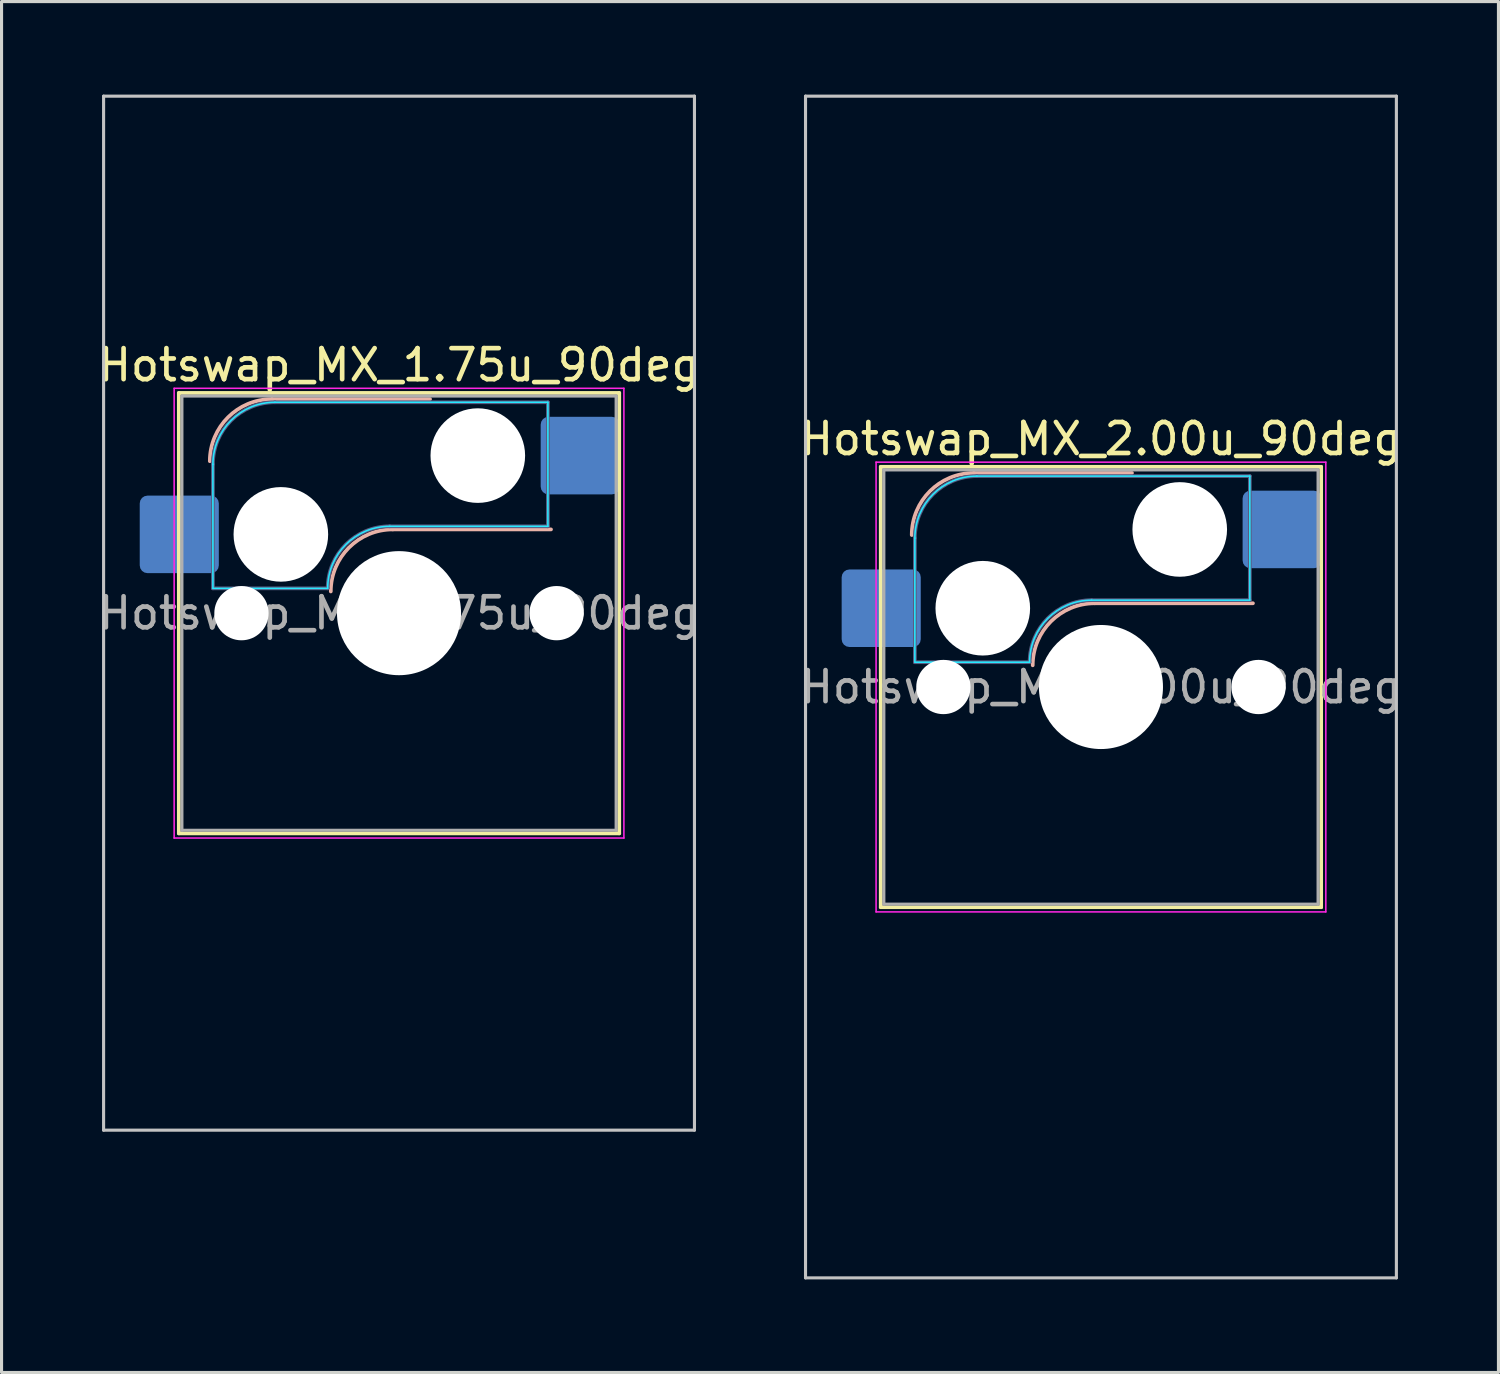
<source format=kicad_pcb>
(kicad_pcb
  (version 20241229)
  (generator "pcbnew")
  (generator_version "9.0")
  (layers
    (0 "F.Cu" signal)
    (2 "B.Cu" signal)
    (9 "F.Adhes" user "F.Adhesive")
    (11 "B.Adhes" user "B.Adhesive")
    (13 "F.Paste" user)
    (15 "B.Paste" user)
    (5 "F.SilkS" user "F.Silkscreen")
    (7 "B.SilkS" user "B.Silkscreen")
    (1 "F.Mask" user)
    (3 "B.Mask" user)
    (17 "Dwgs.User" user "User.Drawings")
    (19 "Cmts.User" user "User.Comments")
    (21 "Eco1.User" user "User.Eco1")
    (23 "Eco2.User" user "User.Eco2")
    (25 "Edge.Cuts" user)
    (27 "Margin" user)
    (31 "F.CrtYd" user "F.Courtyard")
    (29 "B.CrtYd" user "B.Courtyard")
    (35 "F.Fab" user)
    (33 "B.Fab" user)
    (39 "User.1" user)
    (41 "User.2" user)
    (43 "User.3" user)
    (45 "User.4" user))
  (footprint "Hotswap_MX_2.00u_90deg"
    (layer "F.Cu")
    (at 32.446 19.1)
    (property "Reference" "Hotswap_MX_2.00u_90deg" (at 0 -8 0) (layer "F.SilkS") (effects (font (size 1 1) (thickness 0.15))))
    (attr smd)
    (fp_line (start -7.1 -7.1) (end -7.1 7.1) (stroke (width 0.12) (type solid)) (layer "F.SilkS"))
    (fp_line (start -7.1 7.1) (end 7.1 7.1) (stroke (width 0.12) (type solid)) (layer "F.SilkS"))
    (fp_line (start 7.1 -7.1) (end -7.1 -7.1) (stroke (width 0.12) (type solid)) (layer "F.SilkS"))
    (fp_line (start 7.1 7.1) (end 7.1 -7.1) (stroke (width 0.12) (type solid)) (layer "F.SilkS"))
    (fp_line (start -4.1 -6.9) (end 1 -6.9) (stroke (width 0.12) (type solid)) (layer "B.SilkS"))
    (fp_line (start -0.2 -2.7) (end 4.9 -2.7) (stroke (width 0.12) (type solid)) (layer "B.SilkS"))
    (fp_arc (start -6.1 -4.9) (mid -5.514214 -6.314214) (end -4.1 -6.9) (stroke (width 0.12) (type solid)) (layer "B.SilkS"))
    (fp_arc (start -2.2 -0.7) (mid -1.614214 -2.114214) (end -0.2 -2.7) (stroke (width 0.12) (type solid)) (layer "B.SilkS"))
    (fp_line (start -9.525 -19.05) (end 9.525 -19.05) (stroke (width 0.1) (type solid)) (layer "Dwgs.User"))
    (fp_line (start -9.525 19.05) (end -9.525 -19.05) (stroke (width 0.1) (type solid)) (layer "Dwgs.User"))
    (fp_line (start 9.525 -19.05) (end 9.525 19.05) (stroke (width 0.1) (type solid)) (layer "Dwgs.User"))
    (fp_line (start 9.525 19.05) (end -9.525 19.05) (stroke (width 0.1) (type solid)) (layer "Dwgs.User"))
    (fp_line (start -7.8 -6) (end -7 -6) (stroke (width 0.1) (type solid)) (layer "Eco1.User"))
    (fp_line (start -7.8 -2.9) (end -7.8 -6) (stroke (width 0.1) (type solid)) (layer "Eco1.User"))
    (fp_line (start -7.8 2.9) (end -7 2.9) (stroke (width 0.1) (type solid)) (layer "Eco1.User"))
    (fp_line (start -7.8 6) (end -7.8 2.9) (stroke (width 0.1) (type solid)) (layer "Eco1.User"))
    (fp_line (start -7 -7) (end 7 -7) (stroke (width 0.1) (type solid)) (layer "Eco1.User"))
    (fp_line (start -7 -6) (end -7 -7) (stroke (width 0.1) (type solid)) (layer "Eco1.User"))
    (fp_line (start -7 -2.9) (end -7.8 -2.9) (stroke (width 0.1) (type solid)) (layer "Eco1.User"))
    (fp_line (start -7 2.9) (end -7 -2.9) (stroke (width 0.1) (type solid)) (layer "Eco1.User"))
    (fp_line (start -7 6) (end -7.8 6) (stroke (width 0.1) (type solid)) (layer "Eco1.User"))
    (fp_line (start -7 7) (end -7 6) (stroke (width 0.1) (type solid)) (layer "Eco1.User"))
    (fp_line (start 7 -7) (end 7 -6) (stroke (width 0.1) (type solid)) (layer "Eco1.User"))
    (fp_line (start 7 -6) (end 7.8 -6) (stroke (width 0.1) (type solid)) (layer "Eco1.User"))
    (fp_line (start 7 -2.9) (end 7 2.9) (stroke (width 0.1) (type solid)) (layer "Eco1.User"))
    (fp_line (start 7 2.9) (end 7.8 2.9) (stroke (width 0.1) (type solid)) (layer "Eco1.User"))
    (fp_line (start 7 6) (end 7 7) (stroke (width 0.1) (type solid)) (layer "Eco1.User"))
    (fp_line (start 7 7) (end -7 7) (stroke (width 0.1) (type solid)) (layer "Eco1.User"))
    (fp_line (start 7.8 -6) (end 7.8 -2.9) (stroke (width 0.1) (type solid)) (layer "Eco1.User"))
    (fp_line (start 7.8 -2.9) (end 7 -2.9) (stroke (width 0.1) (type solid)) (layer "Eco1.User"))
    (fp_line (start 7.8 2.9) (end 7.8 6) (stroke (width 0.1) (type solid)) (layer "Eco1.User"))
    (fp_line (start 7.8 6) (end 7 6) (stroke (width 0.1) (type solid)) (layer "Eco1.User"))
    (fp_line (start -6 -0.8) (end -6 -4.8) (stroke (width 0.05) (type solid)) (layer "B.CrtYd"))
    (fp_line (start -6 -0.8) (end -2.3 -0.8) (stroke (width 0.05) (type solid)) (layer "B.CrtYd"))
    (fp_line (start -4 -6.8) (end 4.8 -6.8) (stroke (width 0.05) (type solid)) (layer "B.CrtYd"))
    (fp_line (start -0.3 -2.8) (end 4.8 -2.8) (stroke (width 0.05) (type solid)) (layer "B.CrtYd"))
    (fp_line (start 4.8 -6.8) (end 4.8 -2.8) (stroke (width 0.05) (type solid)) (layer "B.CrtYd"))
    (fp_arc (start -6 -4.8) (mid -5.414214 -6.214214) (end -4 -6.8) (stroke (width 0.05) (type solid)) (layer "B.CrtYd"))
    (fp_arc (start -2.3 -0.8) (mid -1.714214 -2.214214) (end -0.3 -2.8) (stroke (width 0.05) (type solid)) (layer "B.CrtYd"))
    (fp_line (start -7.25 -7.25) (end -7.25 7.25) (stroke (width 0.05) (type solid)) (layer "F.CrtYd"))
    (fp_line (start -7.25 7.25) (end 7.25 7.25) (stroke (width 0.05) (type solid)) (layer "F.CrtYd"))
    (fp_line (start 7.25 -7.25) (end -7.25 -7.25) (stroke (width 0.05) (type solid)) (layer "F.CrtYd"))
    (fp_line (start 7.25 7.25) (end 7.25 -7.25) (stroke (width 0.05) (type solid)) (layer "F.CrtYd"))
    (fp_line (start -6 -0.8) (end -6 -4.8) (stroke (width 0.12) (type solid)) (layer "B.Fab"))
    (fp_line (start -6 -0.8) (end -2.3 -0.8) (stroke (width 0.12) (type solid)) (layer "B.Fab"))
    (fp_line (start -4 -6.8) (end 4.8 -6.8) (stroke (width 0.12) (type solid)) (layer "B.Fab"))
    (fp_line (start -0.3 -2.8) (end 4.8 -2.8) (stroke (width 0.12) (type solid)) (layer "B.Fab"))
    (fp_line (start 4.8 -6.8) (end 4.8 -2.8) (stroke (width 0.12) (type solid)) (layer "B.Fab"))
    (fp_arc (start -6 -4.8) (mid -5.414214 -6.214214) (end -4 -6.8) (stroke (width 0.12) (type solid)) (layer "B.Fab"))
    (fp_arc (start -2.3 -0.8) (mid -1.714214 -2.214214) (end -0.3 -2.8) (stroke (width 0.12) (type solid)) (layer "B.Fab"))
    (fp_line (start -7 -7) (end -7 7) (stroke (width 0.1) (type solid)) (layer "F.Fab"))
    (fp_line (start -7 7) (end 7 7) (stroke (width 0.1) (type solid)) (layer "F.Fab"))
    (fp_line (start 7 -7) (end -7 -7) (stroke (width 0.1) (type solid)) (layer "F.Fab"))
    (fp_line (start 7 7) (end 7 -7) (stroke (width 0.1) (type solid)) (layer "F.Fab"))
    (fp_text user "${REFERENCE}" (at 0 0 0) (layer "F.Fab") (effects (font (size 1 1) (thickness 0.15))))
    (pad "" np_thru_hole circle (at -5.08 0) (size 1.75 1.75) (drill 1.75) (layers "*.Cu" "*.Mask"))
    (pad "" np_thru_hole circle (at -3.81 -2.54) (size 3.05 3.05) (drill 3.05) (layers "*.Cu" "*.Mask"))
    (pad "" np_thru_hole circle (at 0 0) (size 4 4) (drill 4) (layers "*.Cu" "*.Mask"))
    (pad "" np_thru_hole circle (at 2.54 -5.08) (size 3.05 3.05) (drill 3.05) (layers "*.Cu" "*.Mask"))
    (pad "" np_thru_hole circle (at 5.08 0) (size 1.75 1.75) (drill 1.75) (layers "*.Cu" "*.Mask"))
    (pad "1" smd roundrect (at -7.085 -2.54) (size 2.55 2.5) (layers "B.Cu" "B.Mask" "B.Paste") (roundrect_rratio 0.1))
    (pad "2" smd roundrect (at 5.842 -5.08) (size 2.55 2.5) (layers "B.Cu" "B.Mask" "B.Paste") (roundrect_rratio 0.1)))
  (footprint "Hotswap_MX_1.75u_90deg"
    (layer "F.Cu")
    (at 9.815 16.719)
    (property "Reference" "Hotswap_MX_1.75u_90deg" (at 0 -8 0) (layer "F.SilkS") (effects (font (size 1 1) (thickness 0.15))))
    (attr smd)
    (fp_line (start -7.1 -7.1) (end -7.1 7.1) (stroke (width 0.12) (type solid)) (layer "F.SilkS"))
    (fp_line (start -7.1 7.1) (end 7.1 7.1) (stroke (width 0.12) (type solid)) (layer "F.SilkS"))
    (fp_line (start 7.1 -7.1) (end -7.1 -7.1) (stroke (width 0.12) (type solid)) (layer "F.SilkS"))
    (fp_line (start 7.1 7.1) (end 7.1 -7.1) (stroke (width 0.12) (type solid)) (layer "F.SilkS"))
    (fp_line (start -4.1 -6.9) (end 1 -6.9) (stroke (width 0.12) (type solid)) (layer "B.SilkS"))
    (fp_line (start -0.2 -2.7) (end 4.9 -2.7) (stroke (width 0.12) (type solid)) (layer "B.SilkS"))
    (fp_arc (start -6.1 -4.9) (mid -5.514214 -6.314214) (end -4.1 -6.9) (stroke (width 0.12) (type solid)) (layer "B.SilkS"))
    (fp_arc (start -2.2 -0.7) (mid -1.614214 -2.114214) (end -0.2 -2.7) (stroke (width 0.12) (type solid)) (layer "B.SilkS"))
    (fp_line (start -9.525 -16.669) (end 9.525 -16.669) (stroke (width 0.1) (type solid)) (layer "Dwgs.User"))
    (fp_line (start -9.525 16.669) (end -9.525 -16.669) (stroke (width 0.1) (type solid)) (layer "Dwgs.User"))
    (fp_line (start 9.525 -16.669) (end 9.525 16.669) (stroke (width 0.1) (type solid)) (layer "Dwgs.User"))
    (fp_line (start 9.525 16.669) (end -9.525 16.669) (stroke (width 0.1) (type solid)) (layer "Dwgs.User"))
    (fp_line (start -7.8 -6) (end -7 -6) (stroke (width 0.1) (type solid)) (layer "Eco1.User"))
    (fp_line (start -7.8 -2.9) (end -7.8 -6) (stroke (width 0.1) (type solid)) (layer "Eco1.User"))
    (fp_line (start -7.8 2.9) (end -7 2.9) (stroke (width 0.1) (type solid)) (layer "Eco1.User"))
    (fp_line (start -7.8 6) (end -7.8 2.9) (stroke (width 0.1) (type solid)) (layer "Eco1.User"))
    (fp_line (start -7 -7) (end 7 -7) (stroke (width 0.1) (type solid)) (layer "Eco1.User"))
    (fp_line (start -7 -6) (end -7 -7) (stroke (width 0.1) (type solid)) (layer "Eco1.User"))
    (fp_line (start -7 -2.9) (end -7.8 -2.9) (stroke (width 0.1) (type solid)) (layer "Eco1.User"))
    (fp_line (start -7 2.9) (end -7 -2.9) (stroke (width 0.1) (type solid)) (layer "Eco1.User"))
    (fp_line (start -7 6) (end -7.8 6) (stroke (width 0.1) (type solid)) (layer "Eco1.User"))
    (fp_line (start -7 7) (end -7 6) (stroke (width 0.1) (type solid)) (layer "Eco1.User"))
    (fp_line (start 7 -7) (end 7 -6) (stroke (width 0.1) (type solid)) (layer "Eco1.User"))
    (fp_line (start 7 -6) (end 7.8 -6) (stroke (width 0.1) (type solid)) (layer "Eco1.User"))
    (fp_line (start 7 -2.9) (end 7 2.9) (stroke (width 0.1) (type solid)) (layer "Eco1.User"))
    (fp_line (start 7 2.9) (end 7.8 2.9) (stroke (width 0.1) (type solid)) (layer "Eco1.User"))
    (fp_line (start 7 6) (end 7 7) (stroke (width 0.1) (type solid)) (layer "Eco1.User"))
    (fp_line (start 7 7) (end -7 7) (stroke (width 0.1) (type solid)) (layer "Eco1.User"))
    (fp_line (start 7.8 -6) (end 7.8 -2.9) (stroke (width 0.1) (type solid)) (layer "Eco1.User"))
    (fp_line (start 7.8 -2.9) (end 7 -2.9) (stroke (width 0.1) (type solid)) (layer "Eco1.User"))
    (fp_line (start 7.8 2.9) (end 7.8 6) (stroke (width 0.1) (type solid)) (layer "Eco1.User"))
    (fp_line (start 7.8 6) (end 7 6) (stroke (width 0.1) (type solid)) (layer "Eco1.User"))
    (fp_line (start -6 -0.8) (end -6 -4.8) (stroke (width 0.05) (type solid)) (layer "B.CrtYd"))
    (fp_line (start -6 -0.8) (end -2.3 -0.8) (stroke (width 0.05) (type solid)) (layer "B.CrtYd"))
    (fp_line (start -4 -6.8) (end 4.8 -6.8) (stroke (width 0.05) (type solid)) (layer "B.CrtYd"))
    (fp_line (start -0.3 -2.8) (end 4.8 -2.8) (stroke (width 0.05) (type solid)) (layer "B.CrtYd"))
    (fp_line (start 4.8 -6.8) (end 4.8 -2.8) (stroke (width 0.05) (type solid)) (layer "B.CrtYd"))
    (fp_arc (start -6 -4.8) (mid -5.414214 -6.214214) (end -4 -6.8) (stroke (width 0.05) (type solid)) (layer "B.CrtYd"))
    (fp_arc (start -2.3 -0.8) (mid -1.714214 -2.214214) (end -0.3 -2.8) (stroke (width 0.05) (type solid)) (layer "B.CrtYd"))
    (fp_line (start -7.25 -7.25) (end -7.25 7.25) (stroke (width 0.05) (type solid)) (layer "F.CrtYd"))
    (fp_line (start -7.25 7.25) (end 7.25 7.25) (stroke (width 0.05) (type solid)) (layer "F.CrtYd"))
    (fp_line (start 7.25 -7.25) (end -7.25 -7.25) (stroke (width 0.05) (type solid)) (layer "F.CrtYd"))
    (fp_line (start 7.25 7.25) (end 7.25 -7.25) (stroke (width 0.05) (type solid)) (layer "F.CrtYd"))
    (fp_line (start -6 -0.8) (end -6 -4.8) (stroke (width 0.12) (type solid)) (layer "B.Fab"))
    (fp_line (start -6 -0.8) (end -2.3 -0.8) (stroke (width 0.12) (type solid)) (layer "B.Fab"))
    (fp_line (start -4 -6.8) (end 4.8 -6.8) (stroke (width 0.12) (type solid)) (layer "B.Fab"))
    (fp_line (start -0.3 -2.8) (end 4.8 -2.8) (stroke (width 0.12) (type solid)) (layer "B.Fab"))
    (fp_line (start 4.8 -6.8) (end 4.8 -2.8) (stroke (width 0.12) (type solid)) (layer "B.Fab"))
    (fp_arc (start -6 -4.8) (mid -5.414214 -6.214214) (end -4 -6.8) (stroke (width 0.12) (type solid)) (layer "B.Fab"))
    (fp_arc (start -2.3 -0.8) (mid -1.714214 -2.214214) (end -0.3 -2.8) (stroke (width 0.12) (type solid)) (layer "B.Fab"))
    (fp_line (start -7 -7) (end -7 7) (stroke (width 0.1) (type solid)) (layer "F.Fab"))
    (fp_line (start -7 7) (end 7 7) (stroke (width 0.1) (type solid)) (layer "F.Fab"))
    (fp_line (start 7 -7) (end -7 -7) (stroke (width 0.1) (type solid)) (layer "F.Fab"))
    (fp_line (start 7 7) (end 7 -7) (stroke (width 0.1) (type solid)) (layer "F.Fab"))
    (fp_text user "${REFERENCE}" (at 0 0 0) (layer "F.Fab") (effects (font (size 1 1) (thickness 0.15))))
    (pad "" np_thru_hole circle (at -5.08 0) (size 1.75 1.75) (drill 1.75) (layers "*.Cu" "*.Mask"))
    (pad "" np_thru_hole circle (at -3.81 -2.54) (size 3.05 3.05) (drill 3.05) (layers "*.Cu" "*.Mask"))
    (pad "" np_thru_hole circle (at 0 0) (size 4 4) (drill 4) (layers "*.Cu" "*.Mask"))
    (pad "" np_thru_hole circle (at 2.54 -5.08) (size 3.05 3.05) (drill 3.05) (layers "*.Cu" "*.Mask"))
    (pad "" np_thru_hole circle (at 5.08 0) (size 1.75 1.75) (drill 1.75) (layers "*.Cu" "*.Mask"))
    (pad "1" smd roundrect (at -7.085 -2.54) (size 2.55 2.5) (layers "B.Cu" "B.Mask" "B.Paste") (roundrect_rratio 0.1))
    (pad "2" smd roundrect (at 5.842 -5.08) (size 2.55 2.5) (layers "B.Cu" "B.Mask" "B.Paste") (roundrect_rratio 0.1)))
  (gr_rect
    (start -3 -3)
    (end 45.262 41.2)
    (stroke (width 0.1) (type default))
    (fill no)
    (layer "Edge.Cuts")))
</source>
